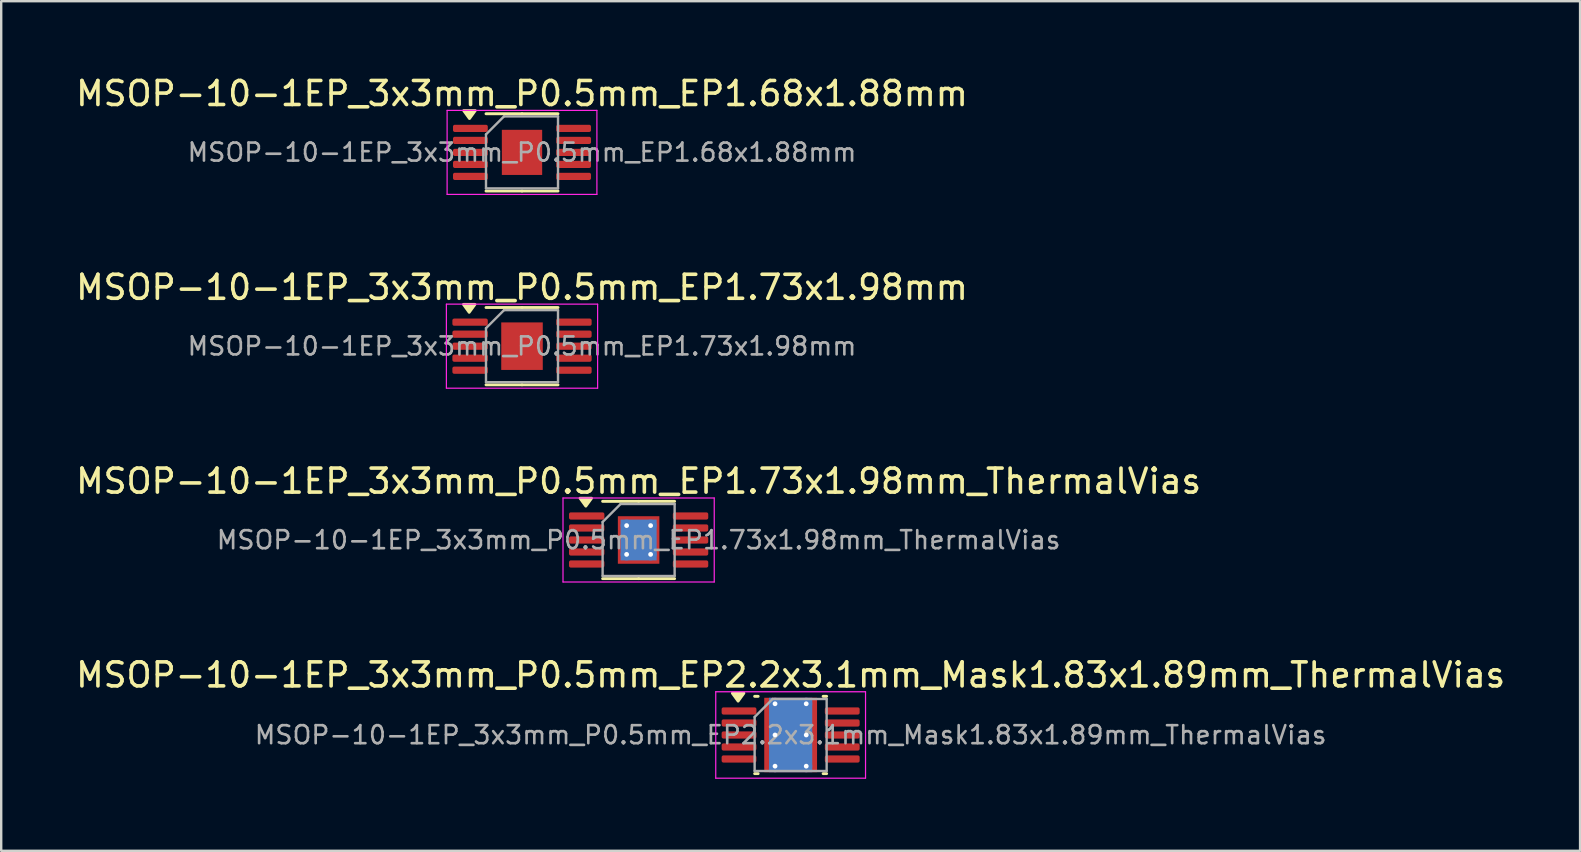
<source format=kicad_pcb>
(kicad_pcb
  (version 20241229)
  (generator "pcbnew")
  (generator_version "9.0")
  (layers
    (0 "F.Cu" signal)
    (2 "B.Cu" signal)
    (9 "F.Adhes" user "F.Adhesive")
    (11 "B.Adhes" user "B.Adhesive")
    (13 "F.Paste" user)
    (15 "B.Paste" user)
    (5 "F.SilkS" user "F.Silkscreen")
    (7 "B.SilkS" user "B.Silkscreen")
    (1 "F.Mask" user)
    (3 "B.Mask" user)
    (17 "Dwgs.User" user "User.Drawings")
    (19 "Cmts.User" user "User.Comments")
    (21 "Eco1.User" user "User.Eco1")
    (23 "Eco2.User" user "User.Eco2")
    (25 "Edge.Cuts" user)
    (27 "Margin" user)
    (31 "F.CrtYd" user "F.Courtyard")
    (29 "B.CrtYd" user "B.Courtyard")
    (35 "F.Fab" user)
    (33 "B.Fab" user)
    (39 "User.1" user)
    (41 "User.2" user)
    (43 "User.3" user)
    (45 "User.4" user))
  (footprint "MSOP-10-1EP_3x3mm_P0.5mm_EP1.73x1.98mm_ThermalVias"
    (layer "F.Cu")
    (at 23.554 19.445)
    (property "Reference" "MSOP-10-1EP_3x3mm_P0.5mm_EP1.73x1.98mm_ThermalVias" (at 0 -2.45 0) (layer "F.SilkS") (effects (font (size 1 1) (thickness 0.15))))
    (attr smd)
    (fp_line (start 0 -1.61) (end -1.5 -1.61) (stroke (width 0.12) (type solid)) (layer "F.SilkS"))
    (fp_line (start 0 -1.61) (end 1.5 -1.61) (stroke (width 0.12) (type solid)) (layer "F.SilkS"))
    (fp_line (start 0 1.61) (end -1.5 1.61) (stroke (width 0.12) (type solid)) (layer "F.SilkS"))
    (fp_line (start 0 1.61) (end 1.5 1.61) (stroke (width 0.12) (type solid)) (layer "F.SilkS"))
    (fp_poly (pts (xy -2.2 -1.41) (xy -2.44 -1.74) (xy -1.96 -1.74) (xy -2.2 -1.41)) (stroke (width 0.12) (type solid)) (fill yes) (layer "F.SilkS"))
    (fp_line (start -3.15 -1.75) (end -3.15 1.75) (stroke (width 0.05) (type solid)) (layer "F.CrtYd"))
    (fp_line (start -3.15 1.75) (end 3.15 1.75) (stroke (width 0.05) (type solid)) (layer "F.CrtYd"))
    (fp_line (start 3.15 -1.75) (end -3.15 -1.75) (stroke (width 0.05) (type solid)) (layer "F.CrtYd"))
    (fp_line (start 3.15 1.75) (end 3.15 -1.75) (stroke (width 0.05) (type solid)) (layer "F.CrtYd"))
    (fp_line (start -1.5 -0.75) (end -0.75 -1.5) (stroke (width 0.1) (type solid)) (layer "F.Fab"))
    (fp_line (start -1.5 1.5) (end -1.5 -0.75) (stroke (width 0.1) (type solid)) (layer "F.Fab"))
    (fp_line (start -0.75 -1.5) (end 1.5 -1.5) (stroke (width 0.1) (type solid)) (layer "F.Fab"))
    (fp_line (start 1.5 -1.5) (end 1.5 1.5) (stroke (width 0.1) (type solid)) (layer "F.Fab"))
    (fp_line (start 1.5 1.5) (end -1.5 1.5) (stroke (width 0.1) (type solid)) (layer "F.Fab"))
    (fp_text user "${REFERENCE}" (at 0 0 0) (layer "F.Fab") (effects (font (size 0.75 0.75) (thickness 0.11))))
    (pad "" smd roundrect (at -0.43 -0.495) (size 0.72 0.83) (layers "F.Paste") (roundrect_rratio 0.25))
    (pad "" smd roundrect (at -0.43 0.495) (size 0.72 0.83) (layers "F.Paste") (roundrect_rratio 0.25))
    (pad "" smd roundrect (at 0.43 -0.495) (size 0.72 0.83) (layers "F.Paste") (roundrect_rratio 0.25))
    (pad "" smd roundrect (at 0.43 0.495) (size 0.72 0.83) (layers "F.Paste") (roundrect_rratio 0.25))
    (pad "1" smd roundrect (at -2.163 -1) (size 1.475 0.3) (layers "F.Cu" "F.Mask" "F.Paste") (roundrect_rratio 0.25))
    (pad "2" smd roundrect (at -2.163 -0.5) (size 1.475 0.3) (layers "F.Cu" "F.Mask" "F.Paste") (roundrect_rratio 0.25))
    (pad "3" smd roundrect (at -2.163 0) (size 1.475 0.3) (layers "F.Cu" "F.Mask" "F.Paste") (roundrect_rratio 0.25))
    (pad "4" smd roundrect (at -2.163 0.5) (size 1.475 0.3) (layers "F.Cu" "F.Mask" "F.Paste") (roundrect_rratio 0.25))
    (pad "5" smd roundrect (at -2.163 1) (size 1.475 0.3) (layers "F.Cu" "F.Mask" "F.Paste") (roundrect_rratio 0.25))
    (pad "6" smd roundrect (at 2.163 1) (size 1.475 0.3) (layers "F.Cu" "F.Mask" "F.Paste") (roundrect_rratio 0.25))
    (pad "7" smd roundrect (at 2.163 0.5) (size 1.475 0.3) (layers "F.Cu" "F.Mask" "F.Paste") (roundrect_rratio 0.25))
    (pad "8" smd roundrect (at 2.163 0) (size 1.475 0.3) (layers "F.Cu" "F.Mask" "F.Paste") (roundrect_rratio 0.25))
    (pad "9" smd roundrect (at 2.163 -0.5) (size 1.475 0.3) (layers "F.Cu" "F.Mask" "F.Paste") (roundrect_rratio 0.25))
    (pad "10" smd roundrect (at 2.163 -1) (size 1.475 0.3) (layers "F.Cu" "F.Mask" "F.Paste") (roundrect_rratio 0.25))
    (pad "11" thru_hole circle (at -0.5 -0.6) (size 0.5 0.5) (drill 0.2) (property pad_prop_heatsink) (layers "*.Cu"))
    (pad "11" thru_hole circle (at -0.5 0.6) (size 0.5 0.5) (drill 0.2) (property pad_prop_heatsink) (layers "*.Cu"))
    (pad "11" smd rect (at 0 0) (size 1.5 1.7) (property pad_prop_heatsink) (layers "B.Cu"))
    (pad "11" smd rect (at 0 0) (size 1.73 1.98) (property pad_prop_heatsink) (layers "F.Cu" "F.Mask"))
    (pad "11" thru_hole circle (at 0.5 -0.6) (size 0.5 0.5) (drill 0.2) (property pad_prop_heatsink) (layers "*.Cu"))
    (pad "11" thru_hole circle (at 0.5 0.6) (size 0.5 0.5) (drill 0.2) (property pad_prop_heatsink) (layers "*.Cu")))
  (footprint "MSOP-10-1EP_3x3mm_P0.5mm_EP2.2x3.1mm_Mask1.83x1.89mm_ThermalVias"
    (layer "F.Cu")
    (at 29.887 27.568)
    (property "Reference" "MSOP-10-1EP_3x3mm_P0.5mm_EP2.2x3.1mm_Mask1.83x1.89mm_ThermalVias" (at 0 -2.5 0) (layer "F.SilkS") (effects (font (size 1 1) (thickness 0.15))))
    (attr smd)
    (fp_line (start -1.353 -1.61) (end -1.5 -1.61) (stroke (width 0.12) (type solid)) (layer "F.SilkS"))
    (fp_line (start -1.353 1.61) (end -1.5 1.61) (stroke (width 0.12) (type solid)) (layer "F.SilkS"))
    (fp_line (start 1.353 -1.61) (end 1.5 -1.61) (stroke (width 0.12) (type solid)) (layer "F.SilkS"))
    (fp_line (start 1.353 1.61) (end 1.5 1.61) (stroke (width 0.12) (type solid)) (layer "F.SilkS"))
    (fp_poly (pts (xy -2.188 -1.41) (xy -2.428 -1.74) (xy -1.948 -1.74) (xy -2.188 -1.41)) (stroke (width 0.12) (type solid)) (fill yes) (layer "F.SilkS"))
    (fp_line (start -3.12 -1.8) (end -3.12 1.8) (stroke (width 0.05) (type solid)) (layer "F.CrtYd"))
    (fp_line (start -3.12 1.8) (end 3.12 1.8) (stroke (width 0.05) (type solid)) (layer "F.CrtYd"))
    (fp_line (start 3.12 -1.8) (end -3.12 -1.8) (stroke (width 0.05) (type solid)) (layer "F.CrtYd"))
    (fp_line (start 3.12 1.8) (end 3.12 -1.8) (stroke (width 0.05) (type solid)) (layer "F.CrtYd"))
    (fp_line (start -1.5 -0.75) (end -0.75 -1.5) (stroke (width 0.1) (type solid)) (layer "F.Fab"))
    (fp_line (start -1.5 1.5) (end -1.5 -0.75) (stroke (width 0.1) (type solid)) (layer "F.Fab"))
    (fp_line (start -0.75 -1.5) (end 1.5 -1.5) (stroke (width 0.1) (type solid)) (layer "F.Fab"))
    (fp_line (start 1.5 -1.5) (end 1.5 1.5) (stroke (width 0.1) (type solid)) (layer "F.Fab"))
    (fp_line (start 1.5 1.5) (end -1.5 1.5) (stroke (width 0.1) (type solid)) (layer "F.Fab"))
    (fp_text user "${REFERENCE}" (at 0 0 0) (layer "F.Fab") (effects (font (size 0.75 0.75) (thickness 0.11))))
    (pad "" smd roundrect (at -0.46 -0.47) (size 0.74 0.76) (layers "F.Paste") (roundrect_rratio 0.25))
    (pad "" smd roundrect (at -0.46 0.47) (size 0.74 0.76) (layers "F.Paste") (roundrect_rratio 0.25))
    (pad "" smd rect (at 0 0) (size 1.83 1.89) (layers "F.Mask"))
    (pad "" smd roundrect (at 0.46 -0.47) (size 0.74 0.76) (layers "F.Paste") (roundrect_rratio 0.25))
    (pad "" smd roundrect (at 0.46 0.47) (size 0.74 0.76) (layers "F.Paste") (roundrect_rratio 0.25))
    (pad "1" smd roundrect (at -2.15 -1) (size 1.45 0.3) (layers "F.Cu" "F.Mask" "F.Paste") (roundrect_rratio 0.25))
    (pad "2" smd roundrect (at -2.15 -0.5) (size 1.45 0.3) (layers "F.Cu" "F.Mask" "F.Paste") (roundrect_rratio 0.25))
    (pad "3" smd roundrect (at -2.15 0) (size 1.45 0.3) (layers "F.Cu" "F.Mask" "F.Paste") (roundrect_rratio 0.25))
    (pad "4" smd roundrect (at -2.15 0.5) (size 1.45 0.3) (layers "F.Cu" "F.Mask" "F.Paste") (roundrect_rratio 0.25))
    (pad "5" smd roundrect (at -2.15 1) (size 1.45 0.3) (layers "F.Cu" "F.Mask" "F.Paste") (roundrect_rratio 0.25))
    (pad "6" smd roundrect (at 2.15 1) (size 1.45 0.3) (layers "F.Cu" "F.Mask" "F.Paste") (roundrect_rratio 0.25))
    (pad "7" smd roundrect (at 2.15 0.5) (size 1.45 0.3) (layers "F.Cu" "F.Mask" "F.Paste") (roundrect_rratio 0.25))
    (pad "8" smd roundrect (at 2.15 0) (size 1.45 0.3) (layers "F.Cu" "F.Mask" "F.Paste") (roundrect_rratio 0.25))
    (pad "9" smd roundrect (at 2.15 -0.5) (size 1.45 0.3) (layers "F.Cu" "F.Mask" "F.Paste") (roundrect_rratio 0.25))
    (pad "10" smd roundrect (at 2.15 -1) (size 1.45 0.3) (layers "F.Cu" "F.Mask" "F.Paste") (roundrect_rratio 0.25))
    (pad "11" thru_hole circle (at -0.65 -1.3) (size 0.5 0.5) (drill 0.2) (property pad_prop_heatsink) (layers "*.Cu"))
    (pad "11" thru_hole circle (at -0.65 0) (size 0.5 0.5) (drill 0.2) (property pad_prop_heatsink) (layers "*.Cu"))
    (pad "11" thru_hole circle (at -0.65 1.3) (size 0.5 0.5) (drill 0.2) (property pad_prop_heatsink) (layers "*.Cu"))
    (pad "11" smd rect (at 0 0) (size 1.8 3.1) (property pad_prop_heatsink) (layers "B.Cu"))
    (pad "11" smd rect (at 0 0) (size 2.2 3.1) (property pad_prop_heatsink) (layers "F.Cu"))
    (pad "11" thru_hole circle (at 0.65 -1.3) (size 0.5 0.5) (drill 0.2) (property pad_prop_heatsink) (layers "*.Cu"))
    (pad "11" thru_hole circle (at 0.65 0) (size 0.5 0.5) (drill 0.2) (property pad_prop_heatsink) (layers "*.Cu"))
    (pad "11" thru_hole circle (at 0.65 1.3) (size 0.5 0.5) (drill 0.2) (property pad_prop_heatsink) (layers "*.Cu")))
  (footprint "MSOP-10-1EP_3x3mm_P0.5mm_EP1.73x1.98mm"
    (layer "F.Cu")
    (at 18.696 11.371)
    (property "Reference" "MSOP-10-1EP_3x3mm_P0.5mm_EP1.73x1.98mm" (at 0 -2.45 0) (layer "F.SilkS") (effects (font (size 1 1) (thickness 0.15))))
    (attr smd)
    (fp_line (start 0 -1.61) (end -1.5 -1.61) (stroke (width 0.12) (type solid)) (layer "F.SilkS"))
    (fp_line (start 0 -1.61) (end 1.5 -1.61) (stroke (width 0.12) (type solid)) (layer "F.SilkS"))
    (fp_line (start 0 1.61) (end -1.5 1.61) (stroke (width 0.12) (type solid)) (layer "F.SilkS"))
    (fp_line (start 0 1.61) (end 1.5 1.61) (stroke (width 0.12) (type solid)) (layer "F.SilkS"))
    (fp_poly (pts (xy -2.2 -1.41) (xy -2.44 -1.74) (xy -1.96 -1.74) (xy -2.2 -1.41)) (stroke (width 0.12) (type solid)) (fill yes) (layer "F.SilkS"))
    (fp_line (start -3.15 -1.75) (end -3.15 1.75) (stroke (width 0.05) (type solid)) (layer "F.CrtYd"))
    (fp_line (start -3.15 1.75) (end 3.15 1.75) (stroke (width 0.05) (type solid)) (layer "F.CrtYd"))
    (fp_line (start 3.15 -1.75) (end -3.15 -1.75) (stroke (width 0.05) (type solid)) (layer "F.CrtYd"))
    (fp_line (start 3.15 1.75) (end 3.15 -1.75) (stroke (width 0.05) (type solid)) (layer "F.CrtYd"))
    (fp_line (start -1.5 -0.75) (end -0.75 -1.5) (stroke (width 0.1) (type solid)) (layer "F.Fab"))
    (fp_line (start -1.5 1.5) (end -1.5 -0.75) (stroke (width 0.1) (type solid)) (layer "F.Fab"))
    (fp_line (start -0.75 -1.5) (end 1.5 -1.5) (stroke (width 0.1) (type solid)) (layer "F.Fab"))
    (fp_line (start 1.5 -1.5) (end 1.5 1.5) (stroke (width 0.1) (type solid)) (layer "F.Fab"))
    (fp_line (start 1.5 1.5) (end -1.5 1.5) (stroke (width 0.1) (type solid)) (layer "F.Fab"))
    (fp_text user "${REFERENCE}" (at 0 0 0) (layer "F.Fab") (effects (font (size 0.75 0.75) (thickness 0.11))))
    (pad "" smd roundrect (at -0.43 -0.495) (size 0.7 0.8) (layers "F.Paste") (roundrect_rratio 0.25))
    (pad "" smd roundrect (at -0.43 0.495) (size 0.7 0.8) (layers "F.Paste") (roundrect_rratio 0.25))
    (pad "" smd roundrect (at 0.43 -0.495) (size 0.7 0.8) (layers "F.Paste") (roundrect_rratio 0.25))
    (pad "" smd roundrect (at 0.43 0.495) (size 0.7 0.8) (layers "F.Paste") (roundrect_rratio 0.25))
    (pad "1" smd roundrect (at -2.163 -1) (size 1.475 0.3) (layers "F.Cu" "F.Mask" "F.Paste") (roundrect_rratio 0.25))
    (pad "2" smd roundrect (at -2.163 -0.5) (size 1.475 0.3) (layers "F.Cu" "F.Mask" "F.Paste") (roundrect_rratio 0.25))
    (pad "3" smd roundrect (at -2.163 0) (size 1.475 0.3) (layers "F.Cu" "F.Mask" "F.Paste") (roundrect_rratio 0.25))
    (pad "4" smd roundrect (at -2.163 0.5) (size 1.475 0.3) (layers "F.Cu" "F.Mask" "F.Paste") (roundrect_rratio 0.25))
    (pad "5" smd roundrect (at -2.163 1) (size 1.475 0.3) (layers "F.Cu" "F.Mask" "F.Paste") (roundrect_rratio 0.25))
    (pad "6" smd roundrect (at 2.163 1) (size 1.475 0.3) (layers "F.Cu" "F.Mask" "F.Paste") (roundrect_rratio 0.25))
    (pad "7" smd roundrect (at 2.163 0.5) (size 1.475 0.3) (layers "F.Cu" "F.Mask" "F.Paste") (roundrect_rratio 0.25))
    (pad "8" smd roundrect (at 2.163 0) (size 1.475 0.3) (layers "F.Cu" "F.Mask" "F.Paste") (roundrect_rratio 0.25))
    (pad "9" smd roundrect (at 2.163 -0.5) (size 1.475 0.3) (layers "F.Cu" "F.Mask" "F.Paste") (roundrect_rratio 0.25))
    (pad "10" smd roundrect (at 2.163 -1) (size 1.475 0.3) (layers "F.Cu" "F.Mask" "F.Paste") (roundrect_rratio 0.25))
    (pad "11" smd rect (at 0 0) (size 1.73 1.98) (property pad_prop_heatsink) (layers "F.Cu" "F.Mask")))
  (footprint "MSOP-10-1EP_3x3mm_P0.5mm_EP1.68x1.88mm"
    (layer "F.Cu")
    (at 18.696 3.298)
    (property "Reference" "MSOP-10-1EP_3x3mm_P0.5mm_EP1.68x1.88mm" (at 0 -2.45 0) (layer "F.SilkS") (effects (font (size 1 1) (thickness 0.15))))
    (attr smd)
    (fp_line (start 0 -1.61) (end -1.5 -1.61) (stroke (width 0.12) (type solid)) (layer "F.SilkS"))
    (fp_line (start 0 -1.61) (end 1.5 -1.61) (stroke (width 0.12) (type solid)) (layer "F.SilkS"))
    (fp_line (start 0 1.61) (end -1.5 1.61) (stroke (width 0.12) (type solid)) (layer "F.SilkS"))
    (fp_line (start 0 1.61) (end 1.5 1.61) (stroke (width 0.12) (type solid)) (layer "F.SilkS"))
    (fp_poly (pts (xy -2.188 -1.41) (xy -2.428 -1.74) (xy -1.948 -1.74) (xy -2.188 -1.41)) (stroke (width 0.12) (type solid)) (fill yes) (layer "F.SilkS"))
    (fp_line (start -3.12 -1.75) (end -3.12 1.75) (stroke (width 0.05) (type solid)) (layer "F.CrtYd"))
    (fp_line (start -3.12 1.75) (end 3.12 1.75) (stroke (width 0.05) (type solid)) (layer "F.CrtYd"))
    (fp_line (start 3.12 -1.75) (end -3.12 -1.75) (stroke (width 0.05) (type solid)) (layer "F.CrtYd"))
    (fp_line (start 3.12 1.75) (end 3.12 -1.75) (stroke (width 0.05) (type solid)) (layer "F.CrtYd"))
    (fp_line (start -1.5 -0.75) (end -0.75 -1.5) (stroke (width 0.1) (type solid)) (layer "F.Fab"))
    (fp_line (start -1.5 1.5) (end -1.5 -0.75) (stroke (width 0.1) (type solid)) (layer "F.Fab"))
    (fp_line (start -0.75 -1.5) (end 1.5 -1.5) (stroke (width 0.1) (type solid)) (layer "F.Fab"))
    (fp_line (start 1.5 -1.5) (end 1.5 1.5) (stroke (width 0.1) (type solid)) (layer "F.Fab"))
    (fp_line (start 1.5 1.5) (end -1.5 1.5) (stroke (width 0.1) (type solid)) (layer "F.Fab"))
    (fp_text user "${REFERENCE}" (at 0 0 0) (layer "F.Fab") (effects (font (size 0.75 0.75) (thickness 0.11))))
    (pad "" smd roundrect (at -0.42 -0.47) (size 0.68 0.76) (layers "F.Paste") (roundrect_rratio 0.25))
    (pad "" smd roundrect (at -0.42 0.47) (size 0.68 0.76) (layers "F.Paste") (roundrect_rratio 0.25))
    (pad "" smd roundrect (at 0.42 -0.47) (size 0.68 0.76) (layers "F.Paste") (roundrect_rratio 0.25))
    (pad "" smd roundrect (at 0.42 0.47) (size 0.68 0.76) (layers "F.Paste") (roundrect_rratio 0.25))
    (pad "1" smd roundrect (at -2.15 -1) (size 1.45 0.3) (layers "F.Cu" "F.Mask" "F.Paste") (roundrect_rratio 0.25))
    (pad "2" smd roundrect (at -2.15 -0.5) (size 1.45 0.3) (layers "F.Cu" "F.Mask" "F.Paste") (roundrect_rratio 0.25))
    (pad "3" smd roundrect (at -2.15 0) (size 1.45 0.3) (layers "F.Cu" "F.Mask" "F.Paste") (roundrect_rratio 0.25))
    (pad "4" smd roundrect (at -2.15 0.5) (size 1.45 0.3) (layers "F.Cu" "F.Mask" "F.Paste") (roundrect_rratio 0.25))
    (pad "5" smd roundrect (at -2.15 1) (size 1.45 0.3) (layers "F.Cu" "F.Mask" "F.Paste") (roundrect_rratio 0.25))
    (pad "6" smd roundrect (at 2.15 1) (size 1.45 0.3) (layers "F.Cu" "F.Mask" "F.Paste") (roundrect_rratio 0.25))
    (pad "7" smd roundrect (at 2.15 0.5) (size 1.45 0.3) (layers "F.Cu" "F.Mask" "F.Paste") (roundrect_rratio 0.25))
    (pad "8" smd roundrect (at 2.15 0) (size 1.45 0.3) (layers "F.Cu" "F.Mask" "F.Paste") (roundrect_rratio 0.25))
    (pad "9" smd roundrect (at 2.15 -0.5) (size 1.45 0.3) (layers "F.Cu" "F.Mask" "F.Paste") (roundrect_rratio 0.25))
    (pad "10" smd roundrect (at 2.15 -1) (size 1.45 0.3) (layers "F.Cu" "F.Mask" "F.Paste") (roundrect_rratio 0.25))
    (pad "11" smd rect (at 0 0) (size 1.68 1.88) (property pad_prop_heatsink) (layers "F.Cu" "F.Mask")))
  (gr_rect
    (start -3 -3)
    (end 62.774 32.393)
    (stroke (width 0.1) (type default))
    (fill no)
    (layer "Edge.Cuts")))
</source>
